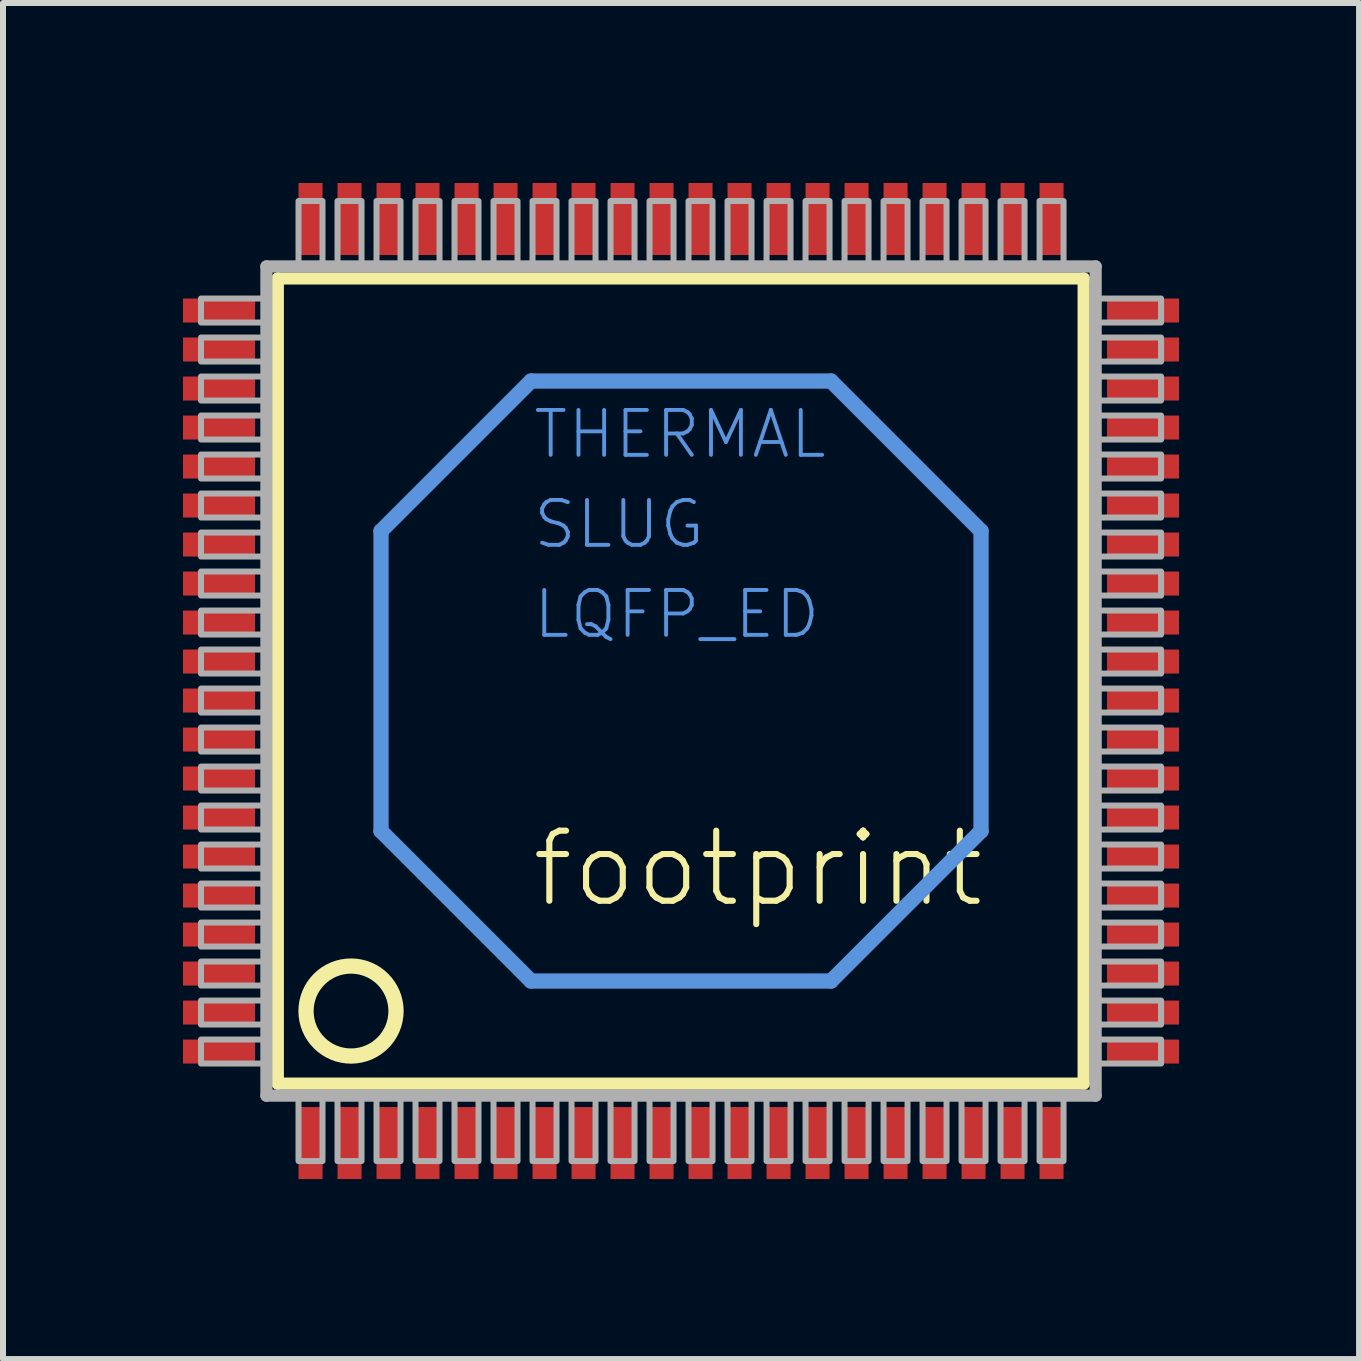
<source format=kicad_pcb>
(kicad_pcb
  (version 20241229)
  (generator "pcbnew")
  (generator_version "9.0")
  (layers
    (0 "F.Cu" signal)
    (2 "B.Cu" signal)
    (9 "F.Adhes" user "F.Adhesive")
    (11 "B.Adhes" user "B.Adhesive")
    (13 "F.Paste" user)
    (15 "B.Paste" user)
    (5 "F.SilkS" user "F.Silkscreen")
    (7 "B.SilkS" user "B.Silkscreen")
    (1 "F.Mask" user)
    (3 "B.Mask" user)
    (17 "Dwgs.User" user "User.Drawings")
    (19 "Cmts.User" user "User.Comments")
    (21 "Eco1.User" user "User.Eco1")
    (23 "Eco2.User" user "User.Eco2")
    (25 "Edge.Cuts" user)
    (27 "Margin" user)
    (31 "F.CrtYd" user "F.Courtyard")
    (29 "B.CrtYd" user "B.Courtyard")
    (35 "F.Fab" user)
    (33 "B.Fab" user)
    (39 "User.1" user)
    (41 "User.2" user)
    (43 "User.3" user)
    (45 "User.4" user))
  (footprint "footprint"
    (layer "F.Cu")
    (at 8.3 8.3)
    (property "Reference" "footprint" (at -2.54 3.81 0) (layer "F.SilkS") (effects (font (size 1.168 1.168) (thickness 0.102)) (justify left bottom)))
    (fp_line (start -6.72 -6.71) (end 6.71 -6.71) (stroke (width 0.203) (type solid)) (layer "F.SilkS"))
    (fp_line (start -6.72 6.71) (end -6.72 -6.71) (stroke (width 0.203) (type solid)) (layer "F.SilkS"))
    (fp_line (start 6.71 -6.71) (end 6.71 6.71) (stroke (width 0.203) (type solid)) (layer "F.SilkS"))
    (fp_line (start 6.71 6.71) (end -6.72 6.71) (stroke (width 0.203) (type solid)) (layer "F.SilkS"))
    (fp_circle (center -5.5 5.5) (end -4.75 5.5) (stroke (width 0.254) (type solid)) (fill no) (layer "F.SilkS"))
    (fp_line (start -5 -2.5) (end -2.5 -5) (stroke (width 0.254) (type solid)) (layer "Cmts.User"))
    (fp_line (start -5 2.5) (end -5 -2.5) (stroke (width 0.254) (type solid)) (layer "Cmts.User"))
    (fp_line (start -2.5 -5) (end 2.5 -5) (stroke (width 0.254) (type solid)) (layer "Cmts.User"))
    (fp_line (start -2.5 5) (end -5 2.5) (stroke (width 0.254) (type solid)) (layer "Cmts.User"))
    (fp_line (start 2.5 -5) (end 5 -2.5) (stroke (width 0.254) (type solid)) (layer "Cmts.User"))
    (fp_line (start 2.5 5) (end -2.5 5) (stroke (width 0.254) (type solid)) (layer "Cmts.User"))
    (fp_line (start 5 -2.5) (end 5 2.5) (stroke (width 0.254) (type solid)) (layer "Cmts.User"))
    (fp_line (start 5 2.5) (end 2.5 5) (stroke (width 0.254) (type solid)) (layer "Cmts.User"))
    (fp_line (start -6.91 -6.91) (end -6.91 6.91) (stroke (width 0.203) (type solid)) (layer "F.Fab"))
    (fp_line (start -6.91 6.91) (end 6.91 6.91) (stroke (width 0.203) (type solid)) (layer "F.Fab"))
    (fp_line (start 6.91 -6.91) (end -6.91 -6.91) (stroke (width 0.203) (type solid)) (layer "F.Fab"))
    (fp_line (start 6.91 6.91) (end 6.91 -6.91) (stroke (width 0.203) (type solid)) (layer "F.Fab"))
    (fp_poly (pts (xy -8 -5.975) (xy -6.95 -5.975) (xy -6.95 -6.375) (xy -8 -6.375)) (stroke (width 0.1) (type solid)) (fill no) (layer "F.Fab"))
    (fp_poly (pts (xy -8 -5.325) (xy -6.95 -5.325) (xy -6.95 -5.725) (xy -8 -5.725)) (stroke (width 0.1) (type solid)) (fill no) (layer "F.Fab"))
    (fp_poly (pts (xy -8 -4.675) (xy -6.95 -4.675) (xy -6.95 -5.075) (xy -8 -5.075)) (stroke (width 0.1) (type solid)) (fill no) (layer "F.Fab"))
    (fp_poly (pts (xy -8 -4.025) (xy -6.95 -4.025) (xy -6.95 -4.425) (xy -8 -4.425)) (stroke (width 0.1) (type solid)) (fill no) (layer "F.Fab"))
    (fp_poly (pts (xy -8 -3.375) (xy -6.95 -3.375) (xy -6.95 -3.775) (xy -8 -3.775)) (stroke (width 0.1) (type solid)) (fill no) (layer "F.Fab"))
    (fp_poly (pts (xy -8 -2.725) (xy -6.95 -2.725) (xy -6.95 -3.125) (xy -8 -3.125)) (stroke (width 0.1) (type solid)) (fill no) (layer "F.Fab"))
    (fp_poly (pts (xy -8 -2.075) (xy -6.95 -2.075) (xy -6.95 -2.475) (xy -8 -2.475)) (stroke (width 0.1) (type solid)) (fill no) (layer "F.Fab"))
    (fp_poly (pts (xy -8 -1.425) (xy -6.95 -1.425) (xy -6.95 -1.825) (xy -8 -1.825)) (stroke (width 0.1) (type solid)) (fill no) (layer "F.Fab"))
    (fp_poly (pts (xy -8 -0.775) (xy -6.95 -0.775) (xy -6.95 -1.175) (xy -8 -1.175)) (stroke (width 0.1) (type solid)) (fill no) (layer "F.Fab"))
    (fp_poly (pts (xy -8 -0.125) (xy -6.95 -0.125) (xy -6.95 -0.525) (xy -8 -0.525)) (stroke (width 0.1) (type solid)) (fill no) (layer "F.Fab"))
    (fp_poly (pts (xy -8 0.525) (xy -6.95 0.525) (xy -6.95 0.125) (xy -8 0.125)) (stroke (width 0.1) (type solid)) (fill no) (layer "F.Fab"))
    (fp_poly (pts (xy -8 1.175) (xy -6.95 1.175) (xy -6.95 0.775) (xy -8 0.775)) (stroke (width 0.1) (type solid)) (fill no) (layer "F.Fab"))
    (fp_poly (pts (xy -8 1.825) (xy -6.95 1.825) (xy -6.95 1.425) (xy -8 1.425)) (stroke (width 0.1) (type solid)) (fill no) (layer "F.Fab"))
    (fp_poly (pts (xy -8 2.475) (xy -6.95 2.475) (xy -6.95 2.075) (xy -8 2.075)) (stroke (width 0.1) (type solid)) (fill no) (layer "F.Fab"))
    (fp_poly (pts (xy -8 3.125) (xy -6.95 3.125) (xy -6.95 2.725) (xy -8 2.725)) (stroke (width 0.1) (type solid)) (fill no) (layer "F.Fab"))
    (fp_poly (pts (xy -8 3.775) (xy -6.95 3.775) (xy -6.95 3.375) (xy -8 3.375)) (stroke (width 0.1) (type solid)) (fill no) (layer "F.Fab"))
    (fp_poly (pts (xy -8 4.425) (xy -6.95 4.425) (xy -6.95 4.025) (xy -8 4.025)) (stroke (width 0.1) (type solid)) (fill no) (layer "F.Fab"))
    (fp_poly (pts (xy -8 5.075) (xy -6.95 5.075) (xy -6.95 4.675) (xy -8 4.675)) (stroke (width 0.1) (type solid)) (fill no) (layer "F.Fab"))
    (fp_poly (pts (xy -8 5.725) (xy -6.95 5.725) (xy -6.95 5.325) (xy -8 5.325)) (stroke (width 0.1) (type solid)) (fill no) (layer "F.Fab"))
    (fp_poly (pts (xy -8 6.375) (xy -6.95 6.375) (xy -6.95 5.975) (xy -8 5.975)) (stroke (width 0.1) (type solid)) (fill no) (layer "F.Fab"))
    (fp_poly (pts (xy -6.375 -6.95) (xy -5.975 -6.95) (xy -5.975 -8) (xy -6.375 -8)) (stroke (width 0.1) (type solid)) (fill no) (layer "F.Fab"))
    (fp_poly (pts (xy -6.375 8) (xy -5.975 8) (xy -5.975 6.95) (xy -6.375 6.95)) (stroke (width 0.1) (type solid)) (fill no) (layer "F.Fab"))
    (fp_poly (pts (xy -5.725 -6.95) (xy -5.325 -6.95) (xy -5.325 -8) (xy -5.725 -8)) (stroke (width 0.1) (type solid)) (fill no) (layer "F.Fab"))
    (fp_poly (pts (xy -5.725 8) (xy -5.325 8) (xy -5.325 6.95) (xy -5.725 6.95)) (stroke (width 0.1) (type solid)) (fill no) (layer "F.Fab"))
    (fp_poly (pts (xy -5.075 -6.95) (xy -4.675 -6.95) (xy -4.675 -8) (xy -5.075 -8)) (stroke (width 0.1) (type solid)) (fill no) (layer "F.Fab"))
    (fp_poly (pts (xy -5.075 8) (xy -4.675 8) (xy -4.675 6.95) (xy -5.075 6.95)) (stroke (width 0.1) (type solid)) (fill no) (layer "F.Fab"))
    (fp_poly (pts (xy -4.425 -6.95) (xy -4.025 -6.95) (xy -4.025 -8) (xy -4.425 -8)) (stroke (width 0.1) (type solid)) (fill no) (layer "F.Fab"))
    (fp_poly (pts (xy -4.425 8) (xy -4.025 8) (xy -4.025 6.95) (xy -4.425 6.95)) (stroke (width 0.1) (type solid)) (fill no) (layer "F.Fab"))
    (fp_poly (pts (xy -3.775 -6.95) (xy -3.375 -6.95) (xy -3.375 -8) (xy -3.775 -8)) (stroke (width 0.1) (type solid)) (fill no) (layer "F.Fab"))
    (fp_poly (pts (xy -3.775 8) (xy -3.375 8) (xy -3.375 6.95) (xy -3.775 6.95)) (stroke (width 0.1) (type solid)) (fill no) (layer "F.Fab"))
    (fp_poly (pts (xy -3.125 -6.95) (xy -2.725 -6.95) (xy -2.725 -8) (xy -3.125 -8)) (stroke (width 0.1) (type solid)) (fill no) (layer "F.Fab"))
    (fp_poly (pts (xy -3.125 8) (xy -2.725 8) (xy -2.725 6.95) (xy -3.125 6.95)) (stroke (width 0.1) (type solid)) (fill no) (layer "F.Fab"))
    (fp_poly (pts (xy -2.475 -6.95) (xy -2.075 -6.95) (xy -2.075 -8) (xy -2.475 -8)) (stroke (width 0.1) (type solid)) (fill no) (layer "F.Fab"))
    (fp_poly (pts (xy -2.475 8) (xy -2.075 8) (xy -2.075 6.95) (xy -2.475 6.95)) (stroke (width 0.1) (type solid)) (fill no) (layer "F.Fab"))
    (fp_poly (pts (xy -1.825 -6.95) (xy -1.425 -6.95) (xy -1.425 -8) (xy -1.825 -8)) (stroke (width 0.1) (type solid)) (fill no) (layer "F.Fab"))
    (fp_poly (pts (xy -1.825 8) (xy -1.425 8) (xy -1.425 6.95) (xy -1.825 6.95)) (stroke (width 0.1) (type solid)) (fill no) (layer "F.Fab"))
    (fp_poly (pts (xy -1.175 -6.95) (xy -0.775 -6.95) (xy -0.775 -8) (xy -1.175 -8)) (stroke (width 0.1) (type solid)) (fill no) (layer "F.Fab"))
    (fp_poly (pts (xy -1.175 8) (xy -0.775 8) (xy -0.775 6.95) (xy -1.175 6.95)) (stroke (width 0.1) (type solid)) (fill no) (layer "F.Fab"))
    (fp_poly (pts (xy -0.525 -6.95) (xy -0.125 -6.95) (xy -0.125 -8) (xy -0.525 -8)) (stroke (width 0.1) (type solid)) (fill no) (layer "F.Fab"))
    (fp_poly (pts (xy -0.525 8) (xy -0.125 8) (xy -0.125 6.95) (xy -0.525 6.95)) (stroke (width 0.1) (type solid)) (fill no) (layer "F.Fab"))
    (fp_poly (pts (xy 0.125 -6.95) (xy 0.525 -6.95) (xy 0.525 -8) (xy 0.125 -8)) (stroke (width 0.1) (type solid)) (fill no) (layer "F.Fab"))
    (fp_poly (pts (xy 0.125 8) (xy 0.525 8) (xy 0.525 6.95) (xy 0.125 6.95)) (stroke (width 0.1) (type solid)) (fill no) (layer "F.Fab"))
    (fp_poly (pts (xy 0.775 -6.95) (xy 1.175 -6.95) (xy 1.175 -8) (xy 0.775 -8)) (stroke (width 0.1) (type solid)) (fill no) (layer "F.Fab"))
    (fp_poly (pts (xy 0.775 8) (xy 1.175 8) (xy 1.175 6.95) (xy 0.775 6.95)) (stroke (width 0.1) (type solid)) (fill no) (layer "F.Fab"))
    (fp_poly (pts (xy 1.425 -6.95) (xy 1.825 -6.95) (xy 1.825 -8) (xy 1.425 -8)) (stroke (width 0.1) (type solid)) (fill no) (layer "F.Fab"))
    (fp_poly (pts (xy 1.425 8) (xy 1.825 8) (xy 1.825 6.95) (xy 1.425 6.95)) (stroke (width 0.1) (type solid)) (fill no) (layer "F.Fab"))
    (fp_poly (pts (xy 2.075 -6.95) (xy 2.475 -6.95) (xy 2.475 -8) (xy 2.075 -8)) (stroke (width 0.1) (type solid)) (fill no) (layer "F.Fab"))
    (fp_poly (pts (xy 2.075 8) (xy 2.475 8) (xy 2.475 6.95) (xy 2.075 6.95)) (stroke (width 0.1) (type solid)) (fill no) (layer "F.Fab"))
    (fp_poly (pts (xy 2.725 -6.95) (xy 3.125 -6.95) (xy 3.125 -8) (xy 2.725 -8)) (stroke (width 0.1) (type solid)) (fill no) (layer "F.Fab"))
    (fp_poly (pts (xy 2.725 8) (xy 3.125 8) (xy 3.125 6.95) (xy 2.725 6.95)) (stroke (width 0.1) (type solid)) (fill no) (layer "F.Fab"))
    (fp_poly (pts (xy 3.375 -6.95) (xy 3.775 -6.95) (xy 3.775 -8) (xy 3.375 -8)) (stroke (width 0.1) (type solid)) (fill no) (layer "F.Fab"))
    (fp_poly (pts (xy 3.375 8) (xy 3.775 8) (xy 3.775 6.95) (xy 3.375 6.95)) (stroke (width 0.1) (type solid)) (fill no) (layer "F.Fab"))
    (fp_poly (pts (xy 4.025 -6.95) (xy 4.425 -6.95) (xy 4.425 -8) (xy 4.025 -8)) (stroke (width 0.1) (type solid)) (fill no) (layer "F.Fab"))
    (fp_poly (pts (xy 4.025 8) (xy 4.425 8) (xy 4.425 6.95) (xy 4.025 6.95)) (stroke (width 0.1) (type solid)) (fill no) (layer "F.Fab"))
    (fp_poly (pts (xy 4.675 -6.95) (xy 5.075 -6.95) (xy 5.075 -8) (xy 4.675 -8)) (stroke (width 0.1) (type solid)) (fill no) (layer "F.Fab"))
    (fp_poly (pts (xy 4.675 8) (xy 5.075 8) (xy 5.075 6.95) (xy 4.675 6.95)) (stroke (width 0.1) (type solid)) (fill no) (layer "F.Fab"))
    (fp_poly (pts (xy 5.325 -6.95) (xy 5.725 -6.95) (xy 5.725 -8) (xy 5.325 -8)) (stroke (width 0.1) (type solid)) (fill no) (layer "F.Fab"))
    (fp_poly (pts (xy 5.325 8) (xy 5.725 8) (xy 5.725 6.95) (xy 5.325 6.95)) (stroke (width 0.1) (type solid)) (fill no) (layer "F.Fab"))
    (fp_poly (pts (xy 5.975 -6.95) (xy 6.375 -6.95) (xy 6.375 -8) (xy 5.975 -8)) (stroke (width 0.1) (type solid)) (fill no) (layer "F.Fab"))
    (fp_poly (pts (xy 5.975 8) (xy 6.375 8) (xy 6.375 6.95) (xy 5.975 6.95)) (stroke (width 0.1) (type solid)) (fill no) (layer "F.Fab"))
    (fp_poly (pts (xy 6.95 -5.975) (xy 8 -5.975) (xy 8 -6.375) (xy 6.95 -6.375)) (stroke (width 0.1) (type solid)) (fill no) (layer "F.Fab"))
    (fp_poly (pts (xy 6.95 -5.325) (xy 8 -5.325) (xy 8 -5.725) (xy 6.95 -5.725)) (stroke (width 0.1) (type solid)) (fill no) (layer "F.Fab"))
    (fp_poly (pts (xy 6.95 -4.675) (xy 8 -4.675) (xy 8 -5.075) (xy 6.95 -5.075)) (stroke (width 0.1) (type solid)) (fill no) (layer "F.Fab"))
    (fp_poly (pts (xy 6.95 -4.025) (xy 8 -4.025) (xy 8 -4.425) (xy 6.95 -4.425)) (stroke (width 0.1) (type solid)) (fill no) (layer "F.Fab"))
    (fp_poly (pts (xy 6.95 -3.375) (xy 8 -3.375) (xy 8 -3.775) (xy 6.95 -3.775)) (stroke (width 0.1) (type solid)) (fill no) (layer "F.Fab"))
    (fp_poly (pts (xy 6.95 -2.725) (xy 8 -2.725) (xy 8 -3.125) (xy 6.95 -3.125)) (stroke (width 0.1) (type solid)) (fill no) (layer "F.Fab"))
    (fp_poly (pts (xy 6.95 -2.075) (xy 8 -2.075) (xy 8 -2.475) (xy 6.95 -2.475)) (stroke (width 0.1) (type solid)) (fill no) (layer "F.Fab"))
    (fp_poly (pts (xy 6.95 -1.425) (xy 8 -1.425) (xy 8 -1.825) (xy 6.95 -1.825)) (stroke (width 0.1) (type solid)) (fill no) (layer "F.Fab"))
    (fp_poly (pts (xy 6.95 -0.775) (xy 8 -0.775) (xy 8 -1.175) (xy 6.95 -1.175)) (stroke (width 0.1) (type solid)) (fill no) (layer "F.Fab"))
    (fp_poly (pts (xy 6.95 -0.125) (xy 8 -0.125) (xy 8 -0.525) (xy 6.95 -0.525)) (stroke (width 0.1) (type solid)) (fill no) (layer "F.Fab"))
    (fp_poly (pts (xy 6.95 0.525) (xy 8 0.525) (xy 8 0.125) (xy 6.95 0.125)) (stroke (width 0.1) (type solid)) (fill no) (layer "F.Fab"))
    (fp_poly (pts (xy 6.95 1.175) (xy 8 1.175) (xy 8 0.775) (xy 6.95 0.775)) (stroke (width 0.1) (type solid)) (fill no) (layer "F.Fab"))
    (fp_poly (pts (xy 6.95 1.825) (xy 8 1.825) (xy 8 1.425) (xy 6.95 1.425)) (stroke (width 0.1) (type solid)) (fill no) (layer "F.Fab"))
    (fp_poly (pts (xy 6.95 2.475) (xy 8 2.475) (xy 8 2.075) (xy 6.95 2.075)) (stroke (width 0.1) (type solid)) (fill no) (layer "F.Fab"))
    (fp_poly (pts (xy 6.95 3.125) (xy 8 3.125) (xy 8 2.725) (xy 6.95 2.725)) (stroke (width 0.1) (type solid)) (fill no) (layer "F.Fab"))
    (fp_poly (pts (xy 6.95 3.775) (xy 8 3.775) (xy 8 3.375) (xy 6.95 3.375)) (stroke (width 0.1) (type solid)) (fill no) (layer "F.Fab"))
    (fp_poly (pts (xy 6.95 4.425) (xy 8 4.425) (xy 8 4.025) (xy 6.95 4.025)) (stroke (width 0.1) (type solid)) (fill no) (layer "F.Fab"))
    (fp_poly (pts (xy 6.95 5.075) (xy 8 5.075) (xy 8 4.675) (xy 6.95 4.675)) (stroke (width 0.1) (type solid)) (fill no) (layer "F.Fab"))
    (fp_poly (pts (xy 6.95 5.725) (xy 8 5.725) (xy 8 5.325) (xy 6.95 5.325)) (stroke (width 0.1) (type solid)) (fill no) (layer "F.Fab"))
    (fp_poly (pts (xy 6.95 6.375) (xy 8 6.375) (xy 8 5.975) (xy 6.95 5.975)) (stroke (width 0.1) (type solid)) (fill no) (layer "F.Fab"))
    (fp_text user "THERMAL" (at -2.5 -3.675 0) (layer "Cmts.User") (effects (font (size 0.748 0.748) (thickness 0.065)) (justify left bottom)))
    (fp_text user "LQFP_ED" (at -2.5 -0.675 0) (layer "Cmts.User") (effects (font (size 0.748 0.748) (thickness 0.065)) (justify left bottom)))
    (fp_text user "SLUG" (at -2.5 -2.175 0) (layer "Cmts.User") (effects (font (size 0.748 0.748) (thickness 0.065)) (justify left bottom)))
    (pad "1" smd rect (at -6.175 7.7) (size 0.4 1.2) (layers "F.Cu" "F.Mask" "F.Paste"))
    (pad "2" smd rect (at -5.525 7.7) (size 0.4 1.2) (layers "F.Cu" "F.Mask" "F.Paste"))
    (pad "3" smd rect (at -4.875 7.7) (size 0.4 1.2) (layers "F.Cu" "F.Mask" "F.Paste"))
    (pad "4" smd rect (at -4.225 7.7) (size 0.4 1.2) (layers "F.Cu" "F.Mask" "F.Paste"))
    (pad "5" smd rect (at -3.575 7.7) (size 0.4 1.2) (layers "F.Cu" "F.Mask" "F.Paste"))
    (pad "6" smd rect (at -2.925 7.7) (size 0.4 1.2) (layers "F.Cu" "F.Mask" "F.Paste"))
    (pad "7" smd rect (at -2.275 7.7) (size 0.4 1.2) (layers "F.Cu" "F.Mask" "F.Paste"))
    (pad "8" smd rect (at -1.625 7.7) (size 0.4 1.2) (layers "F.Cu" "F.Mask" "F.Paste"))
    (pad "9" smd rect (at -0.975 7.7) (size 0.4 1.2) (layers "F.Cu" "F.Mask" "F.Paste"))
    (pad "10" smd rect (at -0.325 7.7) (size 0.4 1.2) (layers "F.Cu" "F.Mask" "F.Paste"))
    (pad "11" smd rect (at 0.325 7.7) (size 0.4 1.2) (layers "F.Cu" "F.Mask" "F.Paste"))
    (pad "12" smd rect (at 0.975 7.7) (size 0.4 1.2) (layers "F.Cu" "F.Mask" "F.Paste"))
    (pad "13" smd rect (at 1.625 7.7) (size 0.4 1.2) (layers "F.Cu" "F.Mask" "F.Paste"))
    (pad "14" smd rect (at 2.275 7.7) (size 0.4 1.2) (layers "F.Cu" "F.Mask" "F.Paste"))
    (pad "15" smd rect (at 2.925 7.7) (size 0.4 1.2) (layers "F.Cu" "F.Mask" "F.Paste"))
    (pad "16" smd rect (at 3.575 7.7) (size 0.4 1.2) (layers "F.Cu" "F.Mask" "F.Paste"))
    (pad "17" smd rect (at 4.225 7.7) (size 0.4 1.2) (layers "F.Cu" "F.Mask" "F.Paste"))
    (pad "18" smd rect (at 4.875 7.7) (size 0.4 1.2) (layers "F.Cu" "F.Mask" "F.Paste"))
    (pad "19" smd rect (at 5.525 7.7) (size 0.4 1.2) (layers "F.Cu" "F.Mask" "F.Paste"))
    (pad "20" smd rect (at 6.175 7.7) (size 0.4 1.2) (layers "F.Cu" "F.Mask" "F.Paste"))
    (pad "21" smd rect (at 7.7 6.175) (size 1.2 0.4) (layers "F.Cu" "F.Mask" "F.Paste"))
    (pad "22" smd rect (at 7.7 5.525) (size 1.2 0.4) (layers "F.Cu" "F.Mask" "F.Paste"))
    (pad "23" smd rect (at 7.7 4.875) (size 1.2 0.4) (layers "F.Cu" "F.Mask" "F.Paste"))
    (pad "24" smd rect (at 7.7 4.225) (size 1.2 0.4) (layers "F.Cu" "F.Mask" "F.Paste"))
    (pad "25" smd rect (at 7.7 3.575) (size 1.2 0.4) (layers "F.Cu" "F.Mask" "F.Paste"))
    (pad "26" smd rect (at 7.7 2.925) (size 1.2 0.4) (layers "F.Cu" "F.Mask" "F.Paste"))
    (pad "27" smd rect (at 7.7 2.275) (size 1.2 0.4) (layers "F.Cu" "F.Mask" "F.Paste"))
    (pad "28" smd rect (at 7.7 1.625) (size 1.2 0.4) (layers "F.Cu" "F.Mask" "F.Paste"))
    (pad "29" smd rect (at 7.7 0.975) (size 1.2 0.4) (layers "F.Cu" "F.Mask" "F.Paste"))
    (pad "30" smd rect (at 7.7 0.325) (size 1.2 0.4) (layers "F.Cu" "F.Mask" "F.Paste"))
    (pad "31" smd rect (at 7.7 -0.325) (size 1.2 0.4) (layers "F.Cu" "F.Mask" "F.Paste"))
    (pad "32" smd rect (at 7.7 -0.975) (size 1.2 0.4) (layers "F.Cu" "F.Mask" "F.Paste"))
    (pad "33" smd rect (at 7.7 -1.625) (size 1.2 0.4) (layers "F.Cu" "F.Mask" "F.Paste"))
    (pad "34" smd rect (at 7.7 -2.275) (size 1.2 0.4) (layers "F.Cu" "F.Mask" "F.Paste"))
    (pad "35" smd rect (at 7.7 -2.925) (size 1.2 0.4) (layers "F.Cu" "F.Mask" "F.Paste"))
    (pad "36" smd rect (at 7.7 -3.575) (size 1.2 0.4) (layers "F.Cu" "F.Mask" "F.Paste"))
    (pad "37" smd rect (at 7.7 -4.225) (size 1.2 0.4) (layers "F.Cu" "F.Mask" "F.Paste"))
    (pad "38" smd rect (at 7.7 -4.875) (size 1.2 0.4) (layers "F.Cu" "F.Mask" "F.Paste"))
    (pad "39" smd rect (at 7.7 -5.525) (size 1.2 0.4) (layers "F.Cu" "F.Mask" "F.Paste"))
    (pad "40" smd rect (at 7.7 -6.175) (size 1.2 0.4) (layers "F.Cu" "F.Mask" "F.Paste"))
    (pad "41" smd rect (at 6.175 -7.7) (size 0.4 1.2) (layers "F.Cu" "F.Mask" "F.Paste"))
    (pad "42" smd rect (at 5.525 -7.7) (size 0.4 1.2) (layers "F.Cu" "F.Mask" "F.Paste"))
    (pad "43" smd rect (at 4.875 -7.7) (size 0.4 1.2) (layers "F.Cu" "F.Mask" "F.Paste"))
    (pad "44" smd rect (at 4.225 -7.7) (size 0.4 1.2) (layers "F.Cu" "F.Mask" "F.Paste"))
    (pad "45" smd rect (at 3.575 -7.7) (size 0.4 1.2) (layers "F.Cu" "F.Mask" "F.Paste"))
    (pad "46" smd rect (at 2.925 -7.7) (size 0.4 1.2) (layers "F.Cu" "F.Mask" "F.Paste"))
    (pad "47" smd rect (at 2.275 -7.7) (size 0.4 1.2) (layers "F.Cu" "F.Mask" "F.Paste"))
    (pad "48" smd rect (at 1.625 -7.7) (size 0.4 1.2) (layers "F.Cu" "F.Mask" "F.Paste"))
    (pad "49" smd rect (at 0.975 -7.7) (size 0.4 1.2) (layers "F.Cu" "F.Mask" "F.Paste"))
    (pad "50" smd rect (at 0.325 -7.7) (size 0.4 1.2) (layers "F.Cu" "F.Mask" "F.Paste"))
    (pad "51" smd rect (at -0.325 -7.7) (size 0.4 1.2) (layers "F.Cu" "F.Mask" "F.Paste"))
    (pad "52" smd rect (at -0.975 -7.7) (size 0.4 1.2) (layers "F.Cu" "F.Mask" "F.Paste"))
    (pad "53" smd rect (at -1.625 -7.7) (size 0.4 1.2) (layers "F.Cu" "F.Mask" "F.Paste"))
    (pad "54" smd rect (at -2.275 -7.7) (size 0.4 1.2) (layers "F.Cu" "F.Mask" "F.Paste"))
    (pad "55" smd rect (at -2.925 -7.7) (size 0.4 1.2) (layers "F.Cu" "F.Mask" "F.Paste"))
    (pad "56" smd rect (at -3.575 -7.7) (size 0.4 1.2) (layers "F.Cu" "F.Mask" "F.Paste"))
    (pad "57" smd rect (at -4.225 -7.7) (size 0.4 1.2) (layers "F.Cu" "F.Mask" "F.Paste"))
    (pad "58" smd rect (at -4.875 -7.7) (size 0.4 1.2) (layers "F.Cu" "F.Mask" "F.Paste"))
    (pad "59" smd rect (at -5.525 -7.7) (size 0.4 1.2) (layers "F.Cu" "F.Mask" "F.Paste"))
    (pad "60" smd rect (at -6.175 -7.7) (size 0.4 1.2) (layers "F.Cu" "F.Mask" "F.Paste"))
    (pad "61" smd rect (at -7.7 -6.175) (size 1.2 0.4) (layers "F.Cu" "F.Mask" "F.Paste"))
    (pad "62" smd rect (at -7.7 -5.525) (size 1.2 0.4) (layers "F.Cu" "F.Mask" "F.Paste"))
    (pad "63" smd rect (at -7.7 -4.875) (size 1.2 0.4) (layers "F.Cu" "F.Mask" "F.Paste"))
    (pad "64" smd rect (at -7.7 -4.225) (size 1.2 0.4) (layers "F.Cu" "F.Mask" "F.Paste"))
    (pad "65" smd rect (at -7.7 -3.575) (size 1.2 0.4) (layers "F.Cu" "F.Mask" "F.Paste"))
    (pad "66" smd rect (at -7.7 -2.925) (size 1.2 0.4) (layers "F.Cu" "F.Mask" "F.Paste"))
    (pad "67" smd rect (at -7.7 -2.275) (size 1.2 0.4) (layers "F.Cu" "F.Mask" "F.Paste"))
    (pad "68" smd rect (at -7.7 -1.625) (size 1.2 0.4) (layers "F.Cu" "F.Mask" "F.Paste"))
    (pad "69" smd rect (at -7.7 -0.975) (size 1.2 0.4) (layers "F.Cu" "F.Mask" "F.Paste"))
    (pad "70" smd rect (at -7.7 -0.325) (size 1.2 0.4) (layers "F.Cu" "F.Mask" "F.Paste"))
    (pad "71" smd rect (at -7.7 0.325) (size 1.2 0.4) (layers "F.Cu" "F.Mask" "F.Paste"))
    (pad "72" smd rect (at -7.7 0.975) (size 1.2 0.4) (layers "F.Cu" "F.Mask" "F.Paste"))
    (pad "73" smd rect (at -7.7 1.625) (size 1.2 0.4) (layers "F.Cu" "F.Mask" "F.Paste"))
    (pad "74" smd rect (at -7.7 2.275) (size 1.2 0.4) (layers "F.Cu" "F.Mask" "F.Paste"))
    (pad "75" smd rect (at -7.7 2.925) (size 1.2 0.4) (layers "F.Cu" "F.Mask" "F.Paste"))
    (pad "76" smd rect (at -7.7 3.575) (size 1.2 0.4) (layers "F.Cu" "F.Mask" "F.Paste"))
    (pad "77" smd rect (at -7.7 4.225) (size 1.2 0.4) (layers "F.Cu" "F.Mask" "F.Paste"))
    (pad "78" smd rect (at -7.7 4.875) (size 1.2 0.4) (layers "F.Cu" "F.Mask" "F.Paste"))
    (pad "79" smd rect (at -7.7 5.525) (size 1.2 0.4) (layers "F.Cu" "F.Mask" "F.Paste"))
    (pad "80" smd rect (at -7.7 6.175) (size 1.2 0.4) (layers "F.Cu" "F.Mask" "F.Paste")))
  (gr_rect
    (start -3 -3)
    (end 19.6 19.6)
    (stroke (width 0.1) (type default))
    (fill no)
    (layer "Edge.Cuts")))
</source>
